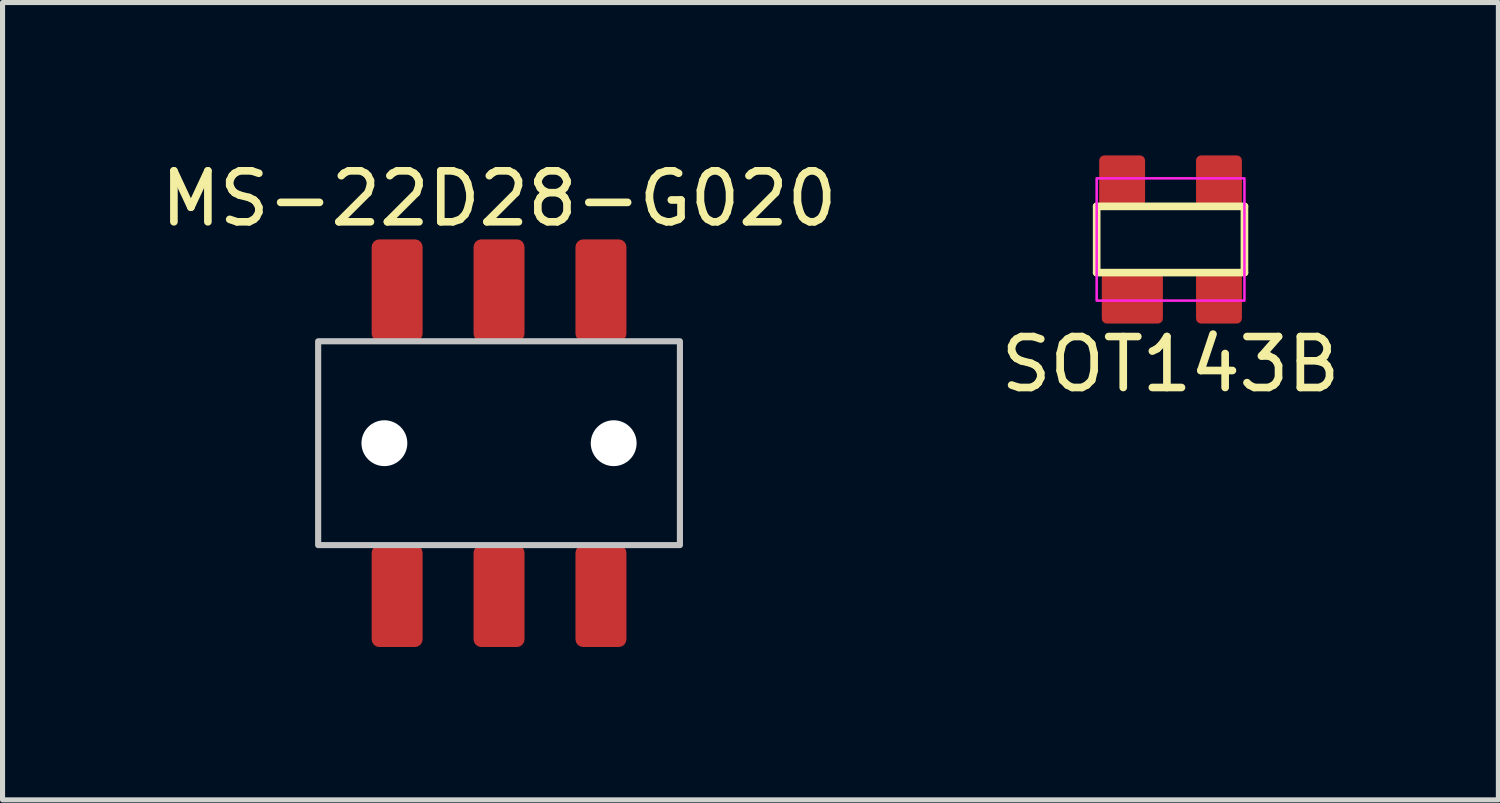
<source format=kicad_pcb>
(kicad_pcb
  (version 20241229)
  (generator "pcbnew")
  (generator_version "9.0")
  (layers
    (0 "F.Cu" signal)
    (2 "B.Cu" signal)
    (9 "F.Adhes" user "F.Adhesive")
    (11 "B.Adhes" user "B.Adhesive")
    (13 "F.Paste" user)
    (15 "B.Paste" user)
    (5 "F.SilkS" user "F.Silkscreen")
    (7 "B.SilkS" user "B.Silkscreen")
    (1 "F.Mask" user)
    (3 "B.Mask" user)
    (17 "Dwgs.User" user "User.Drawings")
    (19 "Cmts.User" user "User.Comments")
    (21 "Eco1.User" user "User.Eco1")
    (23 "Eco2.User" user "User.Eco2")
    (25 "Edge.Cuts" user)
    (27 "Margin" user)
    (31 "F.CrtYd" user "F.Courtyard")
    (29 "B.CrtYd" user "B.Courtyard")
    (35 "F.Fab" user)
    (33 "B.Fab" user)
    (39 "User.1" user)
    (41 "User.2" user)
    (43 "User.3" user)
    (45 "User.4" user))
  (footprint "SOT143B"
    (layer "F.Cu")
    (at 19.923 1.65)
    (property "Reference" "SOT143B" (at 0 2.45 0) (layer "F.SilkS") (effects (font (size 1 1) (thickness 0.15))))
    (attr smd)
    (fp_line (start -1.45 -0.65) (end -1.45 0.65) (stroke (width 0.15) (type solid)) (layer "F.SilkS"))
    (fp_line (start -1.45 -0.65) (end 1.45 -0.65) (stroke (width 0.15) (type solid)) (layer "F.SilkS"))
    (fp_line (start -1.45 0.65) (end 1.45 0.65) (stroke (width 0.15) (type solid)) (layer "F.SilkS"))
    (fp_line (start 1.45 0.65) (end 1.45 -0.65) (stroke (width 0.15) (type solid)) (layer "F.SilkS"))
    (fp_rect (start -1.45 -1.2) (end 1.45 1.2) (stroke (width 0.05) (type default)) (fill no) (layer "F.CrtYd"))
    (pad "1" smd roundrect (at -0.75 1.15) (size 1.2 1) (layers "F.Cu" "F.Mask" "F.Paste") (roundrect_rratio 0.1))
    (pad "2" smd roundrect (at 0.95 1.15) (size 0.9 1) (layers "F.Cu" "F.Mask" "F.Paste") (roundrect_rratio 0.111))
    (pad "3" smd roundrect (at 0.95 -1.15) (size 0.9 1) (layers "F.Cu" "F.Mask" "F.Paste") (roundrect_rratio 0.111))
    (pad "4" smd roundrect (at -0.95 -1.15) (size 0.9 1) (layers "F.Cu" "F.Mask" "F.Paste") (roundrect_rratio 0.111)))
  (footprint "MS-22D28-G020"
    (layer "F.Cu")
    (at 6.744 5.648)
    (property "Reference" "MS-22D28-G020" (at 0 -4.8 0) (unlocked yes) (layer "F.SilkS") (effects (font (size 1 1) (thickness 0.15))))
    (attr smd)
    (fp_rect (start -3.55 -2) (end 3.55 2) (stroke (width 0.12) (type solid)) (fill no) (layer "Dwgs.User"))
    (pad "" np_thru_hole circle (at -2.25 0) (size 0.9 0.9) (drill 0.9) (layers "*.Cu" "*.Mask"))
    (pad "" np_thru_hole circle (at 2.25 0) (size 0.9 0.9) (drill 0.9) (layers "*.Cu" "*.Mask"))
    (pad "1" smd roundrect (at -2 -3) (size 1 2) (layers "F.Cu" "F.Mask" "F.Paste") (roundrect_rratio 0.15))
    (pad "2" smd roundrect (at 0 -3) (size 1 2) (layers "F.Cu" "F.Mask" "F.Paste") (roundrect_rratio 0.15))
    (pad "3" smd roundrect (at 2 -3) (size 1 2) (layers "F.Cu" "F.Mask" "F.Paste") (roundrect_rratio 0.15))
    (pad "4" smd roundrect (at -2 3) (size 1 2) (layers "F.Cu" "F.Mask" "F.Paste") (roundrect_rratio 0.15))
    (pad "5" smd roundrect (at 0 3) (size 1 2) (layers "F.Cu" "F.Mask" "F.Paste") (roundrect_rratio 0.15))
    (pad "6" smd roundrect (at 2 3) (size 1 2) (layers "F.Cu" "F.Mask" "F.Paste") (roundrect_rratio 0.15)))
  (gr_rect
    (start -3 -3)
    (end 26.357 12.648)
    (stroke (width 0.1) (type default))
    (fill no)
    (layer "Edge.Cuts")))
</source>
